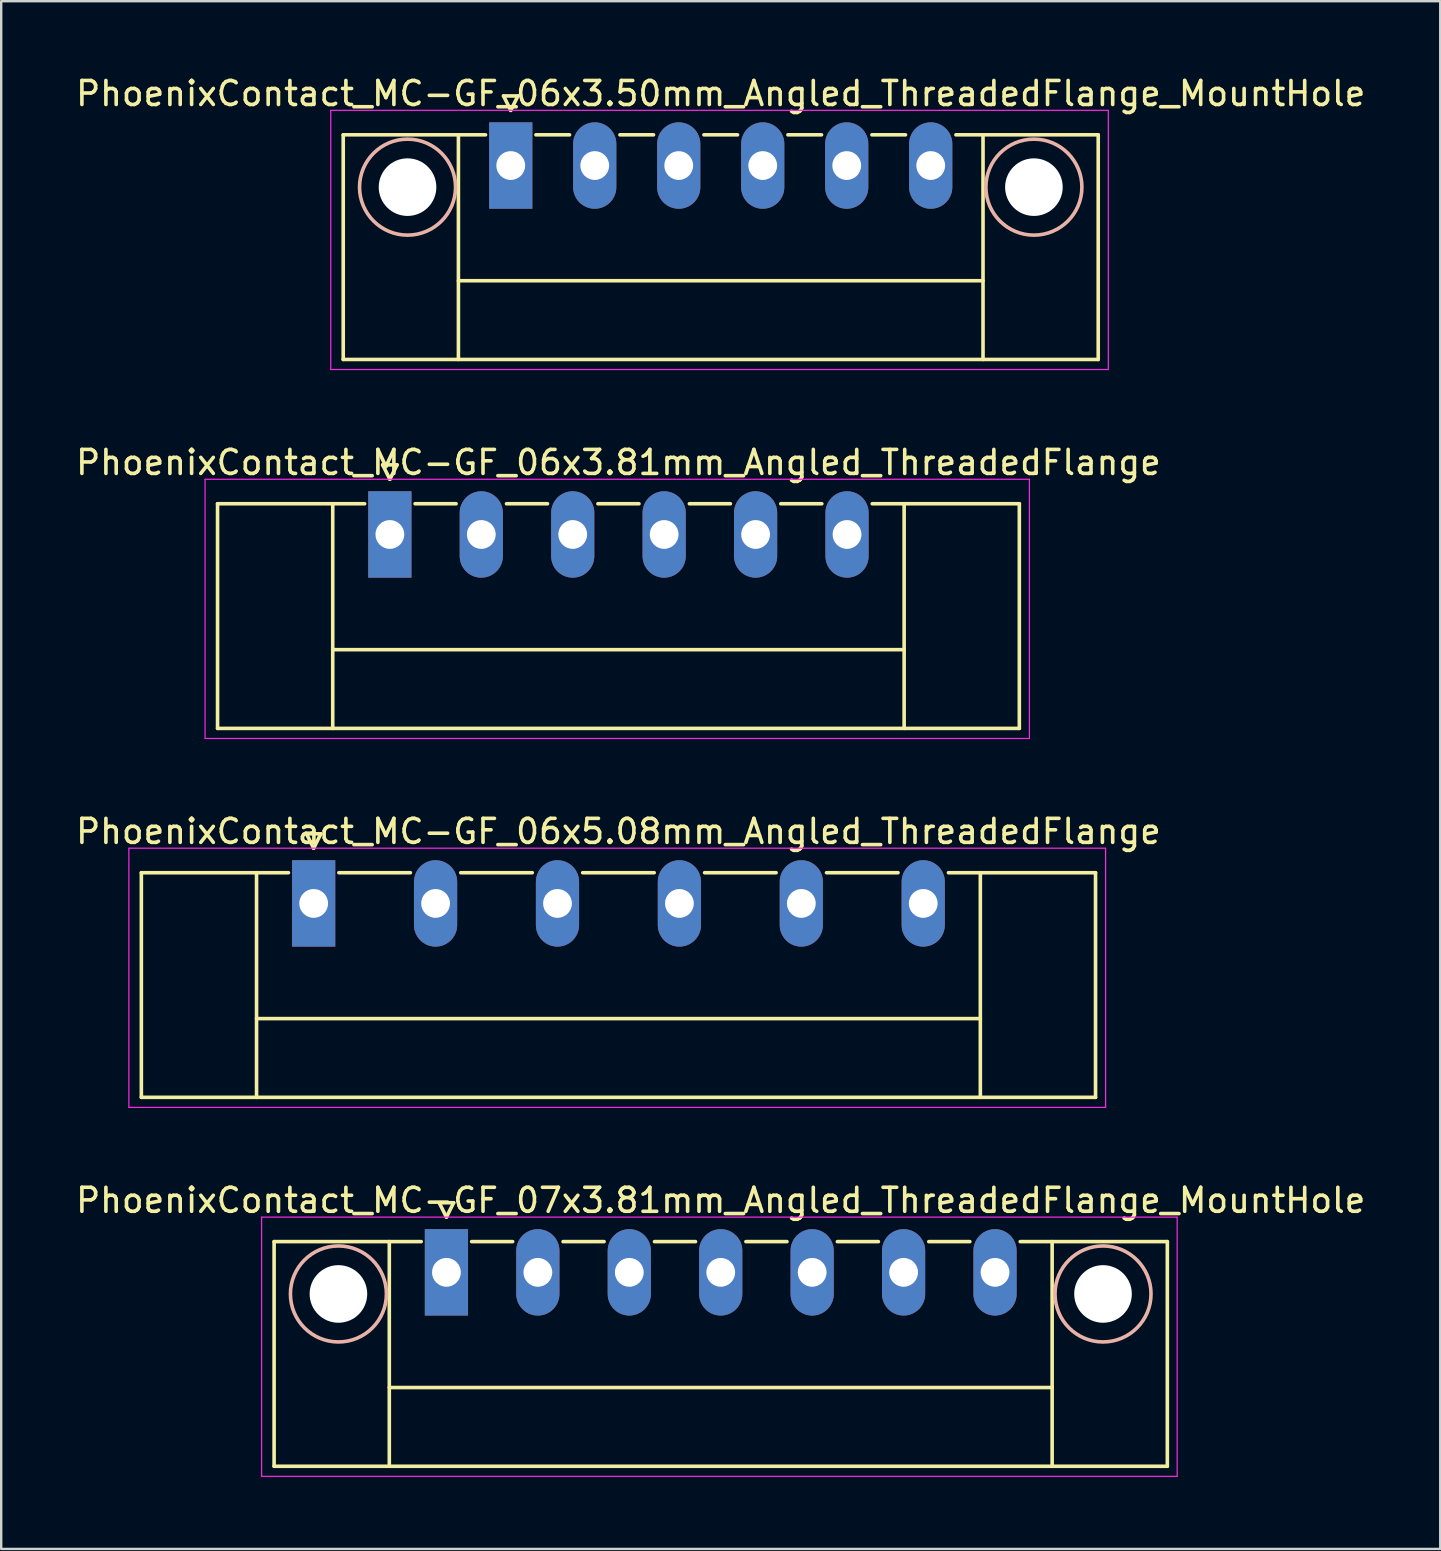
<source format=kicad_pcb>
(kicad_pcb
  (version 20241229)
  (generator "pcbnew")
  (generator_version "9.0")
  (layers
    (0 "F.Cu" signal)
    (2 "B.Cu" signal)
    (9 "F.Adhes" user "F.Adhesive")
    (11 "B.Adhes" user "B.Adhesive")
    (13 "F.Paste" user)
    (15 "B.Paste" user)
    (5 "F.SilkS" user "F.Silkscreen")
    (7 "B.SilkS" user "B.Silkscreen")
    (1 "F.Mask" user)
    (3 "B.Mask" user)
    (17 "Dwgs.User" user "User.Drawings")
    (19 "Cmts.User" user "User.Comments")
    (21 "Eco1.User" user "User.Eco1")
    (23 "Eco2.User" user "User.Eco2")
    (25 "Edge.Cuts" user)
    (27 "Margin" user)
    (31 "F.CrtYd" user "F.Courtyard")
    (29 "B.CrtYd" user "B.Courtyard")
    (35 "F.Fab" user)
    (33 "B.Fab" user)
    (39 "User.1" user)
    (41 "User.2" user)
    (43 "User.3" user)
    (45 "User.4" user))
  (footprint "PhoenixContact_MC-GF_06x5.08mm_Angled_ThreadedFlange"
    (layer "F.Cu")
    (at 10.02 34.595)
    (property "Reference" "PhoenixContact_MC-GF_06x5.08mm_Angled_ThreadedFlange" (at 12.7 -3 0) (layer "F.SilkS") (effects (font (size 1 1) (thickness 0.15))))
    (attr through_hole)
    (fp_line (start -7.18 -1.28) (end -7.18 8.08) (stroke (width 0.15) (type solid)) (layer "F.SilkS"))
    (fp_line (start -7.18 -1.28) (end -1.05 -1.28) (stroke (width 0.15) (type solid)) (layer "F.SilkS"))
    (fp_line (start -7.18 8.08) (end 32.58 8.08) (stroke (width 0.15) (type solid)) (layer "F.SilkS"))
    (fp_line (start -2.38 -1.28) (end -2.38 8.08) (stroke (width 0.15) (type solid)) (layer "F.SilkS"))
    (fp_line (start -2.38 4.8) (end 27.78 4.8) (stroke (width 0.15) (type solid)) (layer "F.SilkS"))
    (fp_line (start -0.3 -2.9) (end 0 -2.3) (stroke (width 0.15) (type solid)) (layer "F.SilkS"))
    (fp_line (start 0 -2.3) (end 0.3 -2.9) (stroke (width 0.15) (type solid)) (layer "F.SilkS"))
    (fp_line (start 0.3 -2.9) (end -0.3 -2.9) (stroke (width 0.15) (type solid)) (layer "F.SilkS"))
    (fp_line (start 1.05 -1.28) (end 4.03 -1.28) (stroke (width 0.15) (type solid)) (layer "F.SilkS"))
    (fp_line (start 6.13 -1.28) (end 9.11 -1.28) (stroke (width 0.15) (type solid)) (layer "F.SilkS"))
    (fp_line (start 11.21 -1.28) (end 14.19 -1.28) (stroke (width 0.15) (type solid)) (layer "F.SilkS"))
    (fp_line (start 16.29 -1.28) (end 19.27 -1.28) (stroke (width 0.15) (type solid)) (layer "F.SilkS"))
    (fp_line (start 21.37 -1.28) (end 24.35 -1.28) (stroke (width 0.15) (type solid)) (layer "F.SilkS"))
    (fp_line (start 27.78 -1.28) (end 27.78 8.08) (stroke (width 0.15) (type solid)) (layer "F.SilkS"))
    (fp_line (start 32.58 -1.28) (end 26.45 -1.28) (stroke (width 0.15) (type solid)) (layer "F.SilkS"))
    (fp_line (start 32.58 8.08) (end 32.58 -1.28) (stroke (width 0.15) (type solid)) (layer "F.SilkS"))
    (fp_line (start -7.7 -2.3) (end -7.7 8.5) (stroke (width 0.05) (type solid)) (layer "F.CrtYd"))
    (fp_line (start -7.7 8.5) (end 33 8.5) (stroke (width 0.05) (type solid)) (layer "F.CrtYd"))
    (fp_line (start 33 -2.3) (end -7.7 -2.3) (stroke (width 0.05) (type solid)) (layer "F.CrtYd"))
    (fp_line (start 33 8.5) (end 33 -2.3) (stroke (width 0.05) (type solid)) (layer "F.CrtYd"))
    (pad "1" thru_hole rect (at 0 0) (size 1.8 3.6) (drill 1.2) (layers "*.Cu" "*.Mask"))
    (pad "2" thru_hole oval (at 5.08 0) (size 1.8 3.6) (drill 1.2) (layers "*.Cu" "*.Mask"))
    (pad "3" thru_hole oval (at 10.16 0) (size 1.8 3.6) (drill 1.2) (layers "*.Cu" "*.Mask"))
    (pad "4" thru_hole oval (at 15.24 0) (size 1.8 3.6) (drill 1.2) (layers "*.Cu" "*.Mask"))
    (pad "5" thru_hole oval (at 20.32 0) (size 1.8 3.6) (drill 1.2) (layers "*.Cu" "*.Mask"))
    (pad "6" thru_hole oval (at 25.4 0) (size 1.8 3.6) (drill 1.2) (layers "*.Cu" "*.Mask")))
  (footprint "PhoenixContact_MC-GF_07x3.81mm_Angled_ThreadedFlange_MountHole"
    (layer "F.Cu")
    (at 15.552 49.968)
    (property "Reference" "PhoenixContact_MC-GF_07x3.81mm_Angled_ThreadedFlange_MountHole" (at 11.43 -3 0) (layer "F.SilkS") (effects (font (size 1 1) (thickness 0.15))))
    (attr through_hole)
    (fp_line (start -7.18 -1.28) (end -7.18 8.08) (stroke (width 0.15) (type solid)) (layer "F.SilkS"))
    (fp_line (start -7.18 -1.28) (end -1.05 -1.28) (stroke (width 0.15) (type solid)) (layer "F.SilkS"))
    (fp_line (start -7.18 8.08) (end 30.04 8.08) (stroke (width 0.15) (type solid)) (layer "F.SilkS"))
    (fp_line (start -2.38 -1.28) (end -2.38 8.08) (stroke (width 0.15) (type solid)) (layer "F.SilkS"))
    (fp_line (start -2.38 4.8) (end 25.24 4.8) (stroke (width 0.15) (type solid)) (layer "F.SilkS"))
    (fp_line (start -0.3 -2.9) (end 0 -2.3) (stroke (width 0.15) (type solid)) (layer "F.SilkS"))
    (fp_line (start 0 -2.3) (end 0.3 -2.9) (stroke (width 0.15) (type solid)) (layer "F.SilkS"))
    (fp_line (start 0.3 -2.9) (end -0.3 -2.9) (stroke (width 0.15) (type solid)) (layer "F.SilkS"))
    (fp_line (start 1.05 -1.28) (end 2.76 -1.28) (stroke (width 0.15) (type solid)) (layer "F.SilkS"))
    (fp_line (start 4.86 -1.28) (end 6.57 -1.28) (stroke (width 0.15) (type solid)) (layer "F.SilkS"))
    (fp_line (start 8.67 -1.28) (end 10.38 -1.28) (stroke (width 0.15) (type solid)) (layer "F.SilkS"))
    (fp_line (start 12.48 -1.28) (end 14.19 -1.28) (stroke (width 0.15) (type solid)) (layer "F.SilkS"))
    (fp_line (start 16.29 -1.28) (end 18 -1.28) (stroke (width 0.15) (type solid)) (layer "F.SilkS"))
    (fp_line (start 20.1 -1.28) (end 21.81 -1.28) (stroke (width 0.15) (type solid)) (layer "F.SilkS"))
    (fp_line (start 25.24 -1.28) (end 25.24 8.08) (stroke (width 0.15) (type solid)) (layer "F.SilkS"))
    (fp_line (start 30.04 -1.28) (end 23.91 -1.28) (stroke (width 0.15) (type solid)) (layer "F.SilkS"))
    (fp_line (start 30.04 8.08) (end 30.04 -1.28) (stroke (width 0.15) (type solid)) (layer "F.SilkS"))
    (fp_circle (center -4.5 0.9) (end -2.5 0.9) (stroke (width 0.15) (type solid)) (fill no) (layer "B.SilkS"))
    (fp_circle (center 27.36 0.9) (end 29.36 0.9) (stroke (width 0.15) (type solid)) (fill no) (layer "B.SilkS"))
    (fp_line (start -7.7 -2.3) (end -7.7 8.5) (stroke (width 0.05) (type solid)) (layer "F.CrtYd"))
    (fp_line (start -7.7 8.5) (end 30.45 8.5) (stroke (width 0.05) (type solid)) (layer "F.CrtYd"))
    (fp_line (start 30.45 -2.3) (end -7.7 -2.3) (stroke (width 0.05) (type solid)) (layer "F.CrtYd"))
    (fp_line (start 30.45 8.5) (end 30.45 -2.3) (stroke (width 0.05) (type solid)) (layer "F.CrtYd"))
    (pad "" np_thru_hole circle (at -4.5 0.9) (size 2.4 2.4) (drill 2.4) (layers "*.Cu" "*.Mask"))
    (pad "" np_thru_hole circle (at 27.36 0.9) (size 2.4 2.4) (drill 2.4) (layers "*.Cu" "*.Mask"))
    (pad "1" thru_hole rect (at 0 0) (size 1.8 3.6) (drill 1.2) (layers "*.Cu" "*.Mask"))
    (pad "2" thru_hole oval (at 3.81 0) (size 1.8 3.6) (drill 1.2) (layers "*.Cu" "*.Mask"))
    (pad "3" thru_hole oval (at 7.62 0) (size 1.8 3.6) (drill 1.2) (layers "*.Cu" "*.Mask"))
    (pad "4" thru_hole oval (at 11.43 0) (size 1.8 3.6) (drill 1.2) (layers "*.Cu" "*.Mask"))
    (pad "5" thru_hole oval (at 15.24 0) (size 1.8 3.6) (drill 1.2) (layers "*.Cu" "*.Mask"))
    (pad "6" thru_hole oval (at 19.05 0) (size 1.8 3.6) (drill 1.2) (layers "*.Cu" "*.Mask"))
    (pad "7" thru_hole oval (at 22.86 0) (size 1.8 3.6) (drill 1.2) (layers "*.Cu" "*.Mask")))
  (footprint "PhoenixContact_MC-GF_06x3.50mm_Angled_ThreadedFlange_MountHole"
    (layer "F.Cu")
    (at 18.232 3.848)
    (property "Reference" "PhoenixContact_MC-GF_06x3.50mm_Angled_ThreadedFlange_MountHole" (at 8.75 -3 0) (layer "F.SilkS") (effects (font (size 1 1) (thickness 0.15))))
    (attr through_hole)
    (fp_line (start -6.98 -1.28) (end -6.98 8.08) (stroke (width 0.15) (type solid)) (layer "F.SilkS"))
    (fp_line (start -6.98 -1.28) (end -1.05 -1.28) (stroke (width 0.15) (type solid)) (layer "F.SilkS"))
    (fp_line (start -6.98 8.08) (end 24.48 8.08) (stroke (width 0.15) (type solid)) (layer "F.SilkS"))
    (fp_line (start -2.18 -1.28) (end -2.18 8.08) (stroke (width 0.15) (type solid)) (layer "F.SilkS"))
    (fp_line (start -2.18 4.8) (end 19.68 4.8) (stroke (width 0.15) (type solid)) (layer "F.SilkS"))
    (fp_line (start -0.3 -2.9) (end 0 -2.3) (stroke (width 0.15) (type solid)) (layer "F.SilkS"))
    (fp_line (start 0 -2.3) (end 0.3 -2.9) (stroke (width 0.15) (type solid)) (layer "F.SilkS"))
    (fp_line (start 0.3 -2.9) (end -0.3 -2.9) (stroke (width 0.15) (type solid)) (layer "F.SilkS"))
    (fp_line (start 1.05 -1.28) (end 2.45 -1.28) (stroke (width 0.15) (type solid)) (layer "F.SilkS"))
    (fp_line (start 4.55 -1.28) (end 5.95 -1.28) (stroke (width 0.15) (type solid)) (layer "F.SilkS"))
    (fp_line (start 8.05 -1.28) (end 9.45 -1.28) (stroke (width 0.15) (type solid)) (layer "F.SilkS"))
    (fp_line (start 11.55 -1.28) (end 12.95 -1.28) (stroke (width 0.15) (type solid)) (layer "F.SilkS"))
    (fp_line (start 15.05 -1.28) (end 16.45 -1.28) (stroke (width 0.15) (type solid)) (layer "F.SilkS"))
    (fp_line (start 19.68 -1.28) (end 19.68 8.08) (stroke (width 0.15) (type solid)) (layer "F.SilkS"))
    (fp_line (start 24.48 -1.28) (end 18.55 -1.28) (stroke (width 0.15) (type solid)) (layer "F.SilkS"))
    (fp_line (start 24.48 8.08) (end 24.48 -1.28) (stroke (width 0.15) (type solid)) (layer "F.SilkS"))
    (fp_circle (center -4.3 0.9) (end -2.3 0.9) (stroke (width 0.15) (type solid)) (fill no) (layer "B.SilkS"))
    (fp_circle (center 21.8 0.9) (end 23.8 0.9) (stroke (width 0.15) (type solid)) (fill no) (layer "B.SilkS"))
    (fp_line (start -7.5 -2.3) (end -7.5 8.5) (stroke (width 0.05) (type solid)) (layer "F.CrtYd"))
    (fp_line (start -7.5 8.5) (end 24.9 8.5) (stroke (width 0.05) (type solid)) (layer "F.CrtYd"))
    (fp_line (start 24.9 -2.3) (end -7.5 -2.3) (stroke (width 0.05) (type solid)) (layer "F.CrtYd"))
    (fp_line (start 24.9 8.5) (end 24.9 -2.3) (stroke (width 0.05) (type solid)) (layer "F.CrtYd"))
    (pad "" np_thru_hole circle (at -4.3 0.9) (size 2.4 2.4) (drill 2.4) (layers "*.Cu" "*.Mask"))
    (pad "" np_thru_hole circle (at 21.8 0.9) (size 2.4 2.4) (drill 2.4) (layers "*.Cu" "*.Mask"))
    (pad "1" thru_hole rect (at 0 0) (size 1.8 3.6) (drill 1.2) (layers "*.Cu" "*.Mask"))
    (pad "2" thru_hole oval (at 3.5 0) (size 1.8 3.6) (drill 1.2) (layers "*.Cu" "*.Mask"))
    (pad "3" thru_hole oval (at 7 0) (size 1.8 3.6) (drill 1.2) (layers "*.Cu" "*.Mask"))
    (pad "4" thru_hole oval (at 10.5 0) (size 1.8 3.6) (drill 1.2) (layers "*.Cu" "*.Mask"))
    (pad "5" thru_hole oval (at 14 0) (size 1.8 3.6) (drill 1.2) (layers "*.Cu" "*.Mask"))
    (pad "6" thru_hole oval (at 17.5 0) (size 1.8 3.6) (drill 1.2) (layers "*.Cu" "*.Mask")))
  (footprint "PhoenixContact_MC-GF_06x3.81mm_Angled_ThreadedFlange"
    (layer "F.Cu")
    (at 13.195 19.221)
    (property "Reference" "PhoenixContact_MC-GF_06x3.81mm_Angled_ThreadedFlange" (at 9.525 -3 0) (layer "F.SilkS") (effects (font (size 1 1) (thickness 0.15))))
    (attr through_hole)
    (fp_line (start -7.18 -1.28) (end -7.18 8.08) (stroke (width 0.15) (type solid)) (layer "F.SilkS"))
    (fp_line (start -7.18 -1.28) (end -1.05 -1.28) (stroke (width 0.15) (type solid)) (layer "F.SilkS"))
    (fp_line (start -7.18 8.08) (end 26.23 8.08) (stroke (width 0.15) (type solid)) (layer "F.SilkS"))
    (fp_line (start -2.38 -1.28) (end -2.38 8.08) (stroke (width 0.15) (type solid)) (layer "F.SilkS"))
    (fp_line (start -2.38 4.8) (end 21.43 4.8) (stroke (width 0.15) (type solid)) (layer "F.SilkS"))
    (fp_line (start -0.3 -2.9) (end 0 -2.3) (stroke (width 0.15) (type solid)) (layer "F.SilkS"))
    (fp_line (start 0 -2.3) (end 0.3 -2.9) (stroke (width 0.15) (type solid)) (layer "F.SilkS"))
    (fp_line (start 0.3 -2.9) (end -0.3 -2.9) (stroke (width 0.15) (type solid)) (layer "F.SilkS"))
    (fp_line (start 1.05 -1.28) (end 2.76 -1.28) (stroke (width 0.15) (type solid)) (layer "F.SilkS"))
    (fp_line (start 4.86 -1.28) (end 6.57 -1.28) (stroke (width 0.15) (type solid)) (layer "F.SilkS"))
    (fp_line (start 8.67 -1.28) (end 10.38 -1.28) (stroke (width 0.15) (type solid)) (layer "F.SilkS"))
    (fp_line (start 12.48 -1.28) (end 14.19 -1.28) (stroke (width 0.15) (type solid)) (layer "F.SilkS"))
    (fp_line (start 16.29 -1.28) (end 18 -1.28) (stroke (width 0.15) (type solid)) (layer "F.SilkS"))
    (fp_line (start 21.43 -1.28) (end 21.43 8.08) (stroke (width 0.15) (type solid)) (layer "F.SilkS"))
    (fp_line (start 26.23 -1.28) (end 20.1 -1.28) (stroke (width 0.15) (type solid)) (layer "F.SilkS"))
    (fp_line (start 26.23 8.08) (end 26.23 -1.28) (stroke (width 0.15) (type solid)) (layer "F.SilkS"))
    (fp_line (start -7.7 -2.3) (end -7.7 8.5) (stroke (width 0.05) (type solid)) (layer "F.CrtYd"))
    (fp_line (start -7.7 8.5) (end 26.65 8.5) (stroke (width 0.05) (type solid)) (layer "F.CrtYd"))
    (fp_line (start 26.65 -2.3) (end -7.7 -2.3) (stroke (width 0.05) (type solid)) (layer "F.CrtYd"))
    (fp_line (start 26.65 8.5) (end 26.65 -2.3) (stroke (width 0.05) (type solid)) (layer "F.CrtYd"))
    (pad "1" thru_hole rect (at 0 0) (size 1.8 3.6) (drill 1.2) (layers "*.Cu" "*.Mask"))
    (pad "2" thru_hole oval (at 3.81 0) (size 1.8 3.6) (drill 1.2) (layers "*.Cu" "*.Mask"))
    (pad "3" thru_hole oval (at 7.62 0) (size 1.8 3.6) (drill 1.2) (layers "*.Cu" "*.Mask"))
    (pad "4" thru_hole oval (at 11.43 0) (size 1.8 3.6) (drill 1.2) (layers "*.Cu" "*.Mask"))
    (pad "5" thru_hole oval (at 15.24 0) (size 1.8 3.6) (drill 1.2) (layers "*.Cu" "*.Mask"))
    (pad "6" thru_hole oval (at 19.05 0) (size 1.8 3.6) (drill 1.2) (layers "*.Cu" "*.Mask")))
  (gr_rect
    (start -3 -3)
    (end 56.964 61.493)
    (stroke (width 0.1) (type default))
    (fill no)
    (layer "Edge.Cuts")))
</source>
